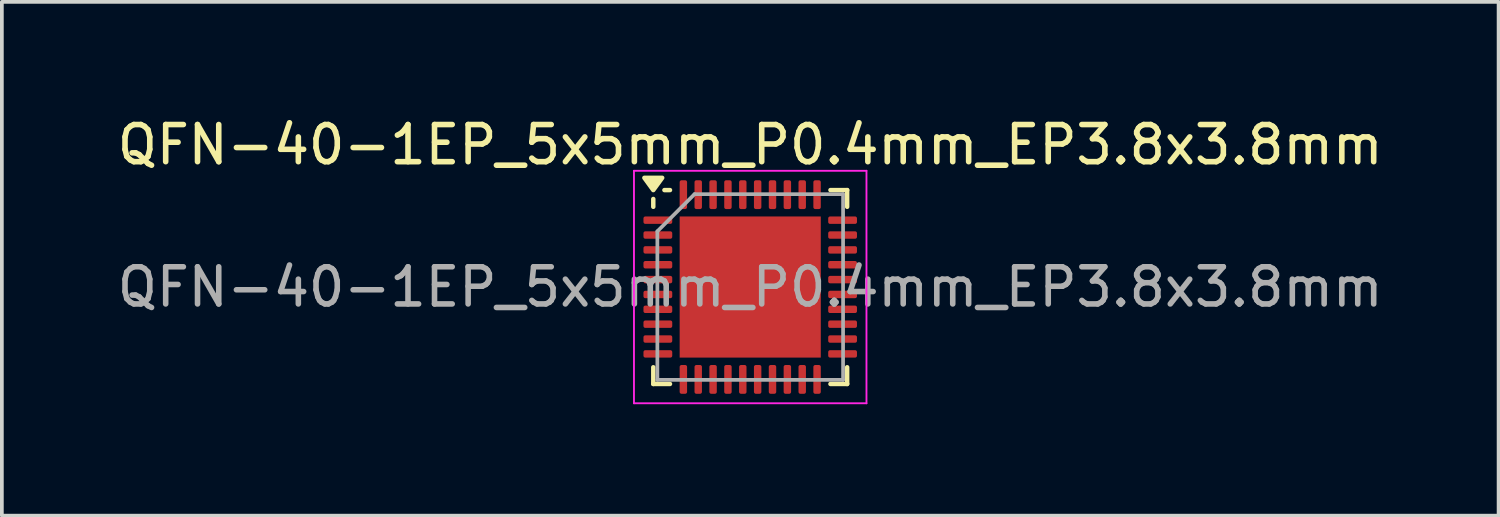
<source format=kicad_pcb>
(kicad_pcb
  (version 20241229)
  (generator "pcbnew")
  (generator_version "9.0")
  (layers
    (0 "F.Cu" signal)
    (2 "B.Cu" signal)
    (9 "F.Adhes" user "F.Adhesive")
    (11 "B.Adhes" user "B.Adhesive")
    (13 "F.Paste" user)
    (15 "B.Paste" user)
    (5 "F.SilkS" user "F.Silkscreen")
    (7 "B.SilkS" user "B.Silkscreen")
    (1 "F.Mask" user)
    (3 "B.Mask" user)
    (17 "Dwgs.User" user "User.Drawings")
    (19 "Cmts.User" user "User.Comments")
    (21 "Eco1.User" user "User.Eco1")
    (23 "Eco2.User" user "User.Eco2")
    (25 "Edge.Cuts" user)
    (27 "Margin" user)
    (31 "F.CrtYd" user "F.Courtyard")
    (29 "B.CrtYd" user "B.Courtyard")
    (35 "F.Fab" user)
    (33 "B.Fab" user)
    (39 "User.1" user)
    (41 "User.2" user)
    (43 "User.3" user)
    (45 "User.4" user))
  (footprint "QFN-40-1EP_5x5mm_P0.4mm_EP3.8x3.8mm"
    (layer "F.Cu")
    (at 17.149 4.678)
    (property "Reference" "QFN-40-1EP_5x5mm_P0.4mm_EP3.8x3.8mm" (at 0 -3.83 0) (layer "F.SilkS") (effects (font (size 1 1) (thickness 0.15))))
    (attr smd)
    (fp_line (start -2.61 -2.16) (end -2.61 -2.37) (stroke (width 0.12) (type solid)) (layer "F.SilkS"))
    (fp_line (start -2.61 2.61) (end -2.61 2.16) (stroke (width 0.12) (type solid)) (layer "F.SilkS"))
    (fp_line (start -2.16 -2.61) (end -2.31 -2.61) (stroke (width 0.12) (type solid)) (layer "F.SilkS"))
    (fp_line (start -2.16 2.61) (end -2.61 2.61) (stroke (width 0.12) (type solid)) (layer "F.SilkS"))
    (fp_line (start 2.16 -2.61) (end 2.61 -2.61) (stroke (width 0.12) (type solid)) (layer "F.SilkS"))
    (fp_line (start 2.16 2.61) (end 2.61 2.61) (stroke (width 0.12) (type solid)) (layer "F.SilkS"))
    (fp_line (start 2.61 -2.61) (end 2.61 -2.16) (stroke (width 0.12) (type solid)) (layer "F.SilkS"))
    (fp_line (start 2.61 2.61) (end 2.61 2.16) (stroke (width 0.12) (type solid)) (layer "F.SilkS"))
    (fp_poly (pts (xy -2.61 -2.61) (xy -2.85 -2.94) (xy -2.37 -2.94) (xy -2.61 -2.61)) (stroke (width 0.12) (type solid)) (fill yes) (layer "F.SilkS"))
    (fp_line (start -3.13 -3.13) (end -3.13 3.13) (stroke (width 0.05) (type solid)) (layer "F.CrtYd"))
    (fp_line (start -3.13 3.13) (end 3.13 3.13) (stroke (width 0.05) (type solid)) (layer "F.CrtYd"))
    (fp_line (start 3.13 -3.13) (end -3.13 -3.13) (stroke (width 0.05) (type solid)) (layer "F.CrtYd"))
    (fp_line (start 3.13 3.13) (end 3.13 -3.13) (stroke (width 0.05) (type solid)) (layer "F.CrtYd"))
    (fp_line (start -2.5 -1.5) (end -1.5 -2.5) (stroke (width 0.1) (type solid)) (layer "F.Fab"))
    (fp_line (start -2.5 2.5) (end -2.5 -1.5) (stroke (width 0.1) (type solid)) (layer "F.Fab"))
    (fp_line (start -1.5 -2.5) (end 2.5 -2.5) (stroke (width 0.1) (type solid)) (layer "F.Fab"))
    (fp_line (start 2.5 -2.5) (end 2.5 2.5) (stroke (width 0.1) (type solid)) (layer "F.Fab"))
    (fp_line (start 2.5 2.5) (end -2.5 2.5) (stroke (width 0.1) (type solid)) (layer "F.Fab"))
    (fp_text user "${REFERENCE}" (at 0 0 0) (layer "F.Fab") (effects (font (size 1 1) (thickness 0.15))))
    (pad "" smd roundrect (at -1.27 -1.27) (size 1.02 1.02) (layers "F.Paste") (roundrect_rratio 0.245))
    (pad "" smd roundrect (at -1.27 0) (size 1.02 1.02) (layers "F.Paste") (roundrect_rratio 0.245))
    (pad "" smd roundrect (at -1.27 1.27) (size 1.02 1.02) (layers "F.Paste") (roundrect_rratio 0.245))
    (pad "" smd roundrect (at 0 -1.27) (size 1.02 1.02) (layers "F.Paste") (roundrect_rratio 0.245))
    (pad "" smd roundrect (at 0 0) (size 1.02 1.02) (layers "F.Paste") (roundrect_rratio 0.245))
    (pad "" smd roundrect (at 0 1.27) (size 1.02 1.02) (layers "F.Paste") (roundrect_rratio 0.245))
    (pad "" smd roundrect (at 1.27 -1.27) (size 1.02 1.02) (layers "F.Paste") (roundrect_rratio 0.245))
    (pad "" smd roundrect (at 1.27 0) (size 1.02 1.02) (layers "F.Paste") (roundrect_rratio 0.245))
    (pad "" smd roundrect (at 1.27 1.27) (size 1.02 1.02) (layers "F.Paste") (roundrect_rratio 0.245))
    (pad "1" smd roundrect (at -2.487 -1.8) (size 0.775 0.2) (layers "F.Cu" "F.Mask" "F.Paste") (roundrect_rratio 0.25))
    (pad "2" smd roundrect (at -2.487 -1.4) (size 0.775 0.2) (layers "F.Cu" "F.Mask" "F.Paste") (roundrect_rratio 0.25))
    (pad "3" smd roundrect (at -2.487 -1) (size 0.775 0.2) (layers "F.Cu" "F.Mask" "F.Paste") (roundrect_rratio 0.25))
    (pad "4" smd roundrect (at -2.487 -0.6) (size 0.775 0.2) (layers "F.Cu" "F.Mask" "F.Paste") (roundrect_rratio 0.25))
    (pad "5" smd roundrect (at -2.487 -0.2) (size 0.775 0.2) (layers "F.Cu" "F.Mask" "F.Paste") (roundrect_rratio 0.25))
    (pad "6" smd roundrect (at -2.487 0.2) (size 0.775 0.2) (layers "F.Cu" "F.Mask" "F.Paste") (roundrect_rratio 0.25))
    (pad "7" smd roundrect (at -2.487 0.6) (size 0.775 0.2) (layers "F.Cu" "F.Mask" "F.Paste") (roundrect_rratio 0.25))
    (pad "8" smd roundrect (at -2.487 1) (size 0.775 0.2) (layers "F.Cu" "F.Mask" "F.Paste") (roundrect_rratio 0.25))
    (pad "9" smd roundrect (at -2.487 1.4) (size 0.775 0.2) (layers "F.Cu" "F.Mask" "F.Paste") (roundrect_rratio 0.25))
    (pad "10" smd roundrect (at -2.487 1.8) (size 0.775 0.2) (layers "F.Cu" "F.Mask" "F.Paste") (roundrect_rratio 0.25))
    (pad "11" smd roundrect (at -1.8 2.487) (size 0.2 0.775) (layers "F.Cu" "F.Mask" "F.Paste") (roundrect_rratio 0.25))
    (pad "12" smd roundrect (at -1.4 2.487) (size 0.2 0.775) (layers "F.Cu" "F.Mask" "F.Paste") (roundrect_rratio 0.25))
    (pad "13" smd roundrect (at -1 2.487) (size 0.2 0.775) (layers "F.Cu" "F.Mask" "F.Paste") (roundrect_rratio 0.25))
    (pad "14" smd roundrect (at -0.6 2.487) (size 0.2 0.775) (layers "F.Cu" "F.Mask" "F.Paste") (roundrect_rratio 0.25))
    (pad "15" smd roundrect (at -0.2 2.487) (size 0.2 0.775) (layers "F.Cu" "F.Mask" "F.Paste") (roundrect_rratio 0.25))
    (pad "16" smd roundrect (at 0.2 2.487) (size 0.2 0.775) (layers "F.Cu" "F.Mask" "F.Paste") (roundrect_rratio 0.25))
    (pad "17" smd roundrect (at 0.6 2.487) (size 0.2 0.775) (layers "F.Cu" "F.Mask" "F.Paste") (roundrect_rratio 0.25))
    (pad "18" smd roundrect (at 1 2.487) (size 0.2 0.775) (layers "F.Cu" "F.Mask" "F.Paste") (roundrect_rratio 0.25))
    (pad "19" smd roundrect (at 1.4 2.487) (size 0.2 0.775) (layers "F.Cu" "F.Mask" "F.Paste") (roundrect_rratio 0.25))
    (pad "20" smd roundrect (at 1.8 2.487) (size 0.2 0.775) (layers "F.Cu" "F.Mask" "F.Paste") (roundrect_rratio 0.25))
    (pad "21" smd roundrect (at 2.487 1.8) (size 0.775 0.2) (layers "F.Cu" "F.Mask" "F.Paste") (roundrect_rratio 0.25))
    (pad "22" smd roundrect (at 2.487 1.4) (size 0.775 0.2) (layers "F.Cu" "F.Mask" "F.Paste") (roundrect_rratio 0.25))
    (pad "23" smd roundrect (at 2.487 1) (size 0.775 0.2) (layers "F.Cu" "F.Mask" "F.Paste") (roundrect_rratio 0.25))
    (pad "24" smd roundrect (at 2.487 0.6) (size 0.775 0.2) (layers "F.Cu" "F.Mask" "F.Paste") (roundrect_rratio 0.25))
    (pad "25" smd roundrect (at 2.487 0.2) (size 0.775 0.2) (layers "F.Cu" "F.Mask" "F.Paste") (roundrect_rratio 0.25))
    (pad "26" smd roundrect (at 2.487 -0.2) (size 0.775 0.2) (layers "F.Cu" "F.Mask" "F.Paste") (roundrect_rratio 0.25))
    (pad "27" smd roundrect (at 2.487 -0.6) (size 0.775 0.2) (layers "F.Cu" "F.Mask" "F.Paste") (roundrect_rratio 0.25))
    (pad "28" smd roundrect (at 2.487 -1) (size 0.775 0.2) (layers "F.Cu" "F.Mask" "F.Paste") (roundrect_rratio 0.25))
    (pad "29" smd roundrect (at 2.487 -1.4) (size 0.775 0.2) (layers "F.Cu" "F.Mask" "F.Paste") (roundrect_rratio 0.25))
    (pad "30" smd roundrect (at 2.487 -1.8) (size 0.775 0.2) (layers "F.Cu" "F.Mask" "F.Paste") (roundrect_rratio 0.25))
    (pad "31" smd roundrect (at 1.8 -2.487) (size 0.2 0.775) (layers "F.Cu" "F.Mask" "F.Paste") (roundrect_rratio 0.25))
    (pad "32" smd roundrect (at 1.4 -2.487) (size 0.2 0.775) (layers "F.Cu" "F.Mask" "F.Paste") (roundrect_rratio 0.25))
    (pad "33" smd roundrect (at 1 -2.487) (size 0.2 0.775) (layers "F.Cu" "F.Mask" "F.Paste") (roundrect_rratio 0.25))
    (pad "34" smd roundrect (at 0.6 -2.487) (size 0.2 0.775) (layers "F.Cu" "F.Mask" "F.Paste") (roundrect_rratio 0.25))
    (pad "35" smd roundrect (at 0.2 -2.487) (size 0.2 0.775) (layers "F.Cu" "F.Mask" "F.Paste") (roundrect_rratio 0.25))
    (pad "36" smd roundrect (at -0.2 -2.487) (size 0.2 0.775) (layers "F.Cu" "F.Mask" "F.Paste") (roundrect_rratio 0.25))
    (pad "37" smd roundrect (at -0.6 -2.487) (size 0.2 0.775) (layers "F.Cu" "F.Mask" "F.Paste") (roundrect_rratio 0.25))
    (pad "38" smd roundrect (at -1 -2.487) (size 0.2 0.775) (layers "F.Cu" "F.Mask" "F.Paste") (roundrect_rratio 0.25))
    (pad "39" smd roundrect (at -1.4 -2.487) (size 0.2 0.775) (layers "F.Cu" "F.Mask" "F.Paste") (roundrect_rratio 0.25))
    (pad "40" smd roundrect (at -1.8 -2.487) (size 0.2 0.775) (layers "F.Cu" "F.Mask" "F.Paste") (roundrect_rratio 0.25))
    (pad "41" smd rect (at 0 0) (size 3.8 3.8) (property pad_prop_heatsink) (layers "F.Cu" "F.Mask")))
  (gr_rect
    (start -3 -3)
    (end 37.298 10.833)
    (stroke (width 0.1) (type default))
    (fill no)
    (layer "Edge.Cuts")))
</source>
